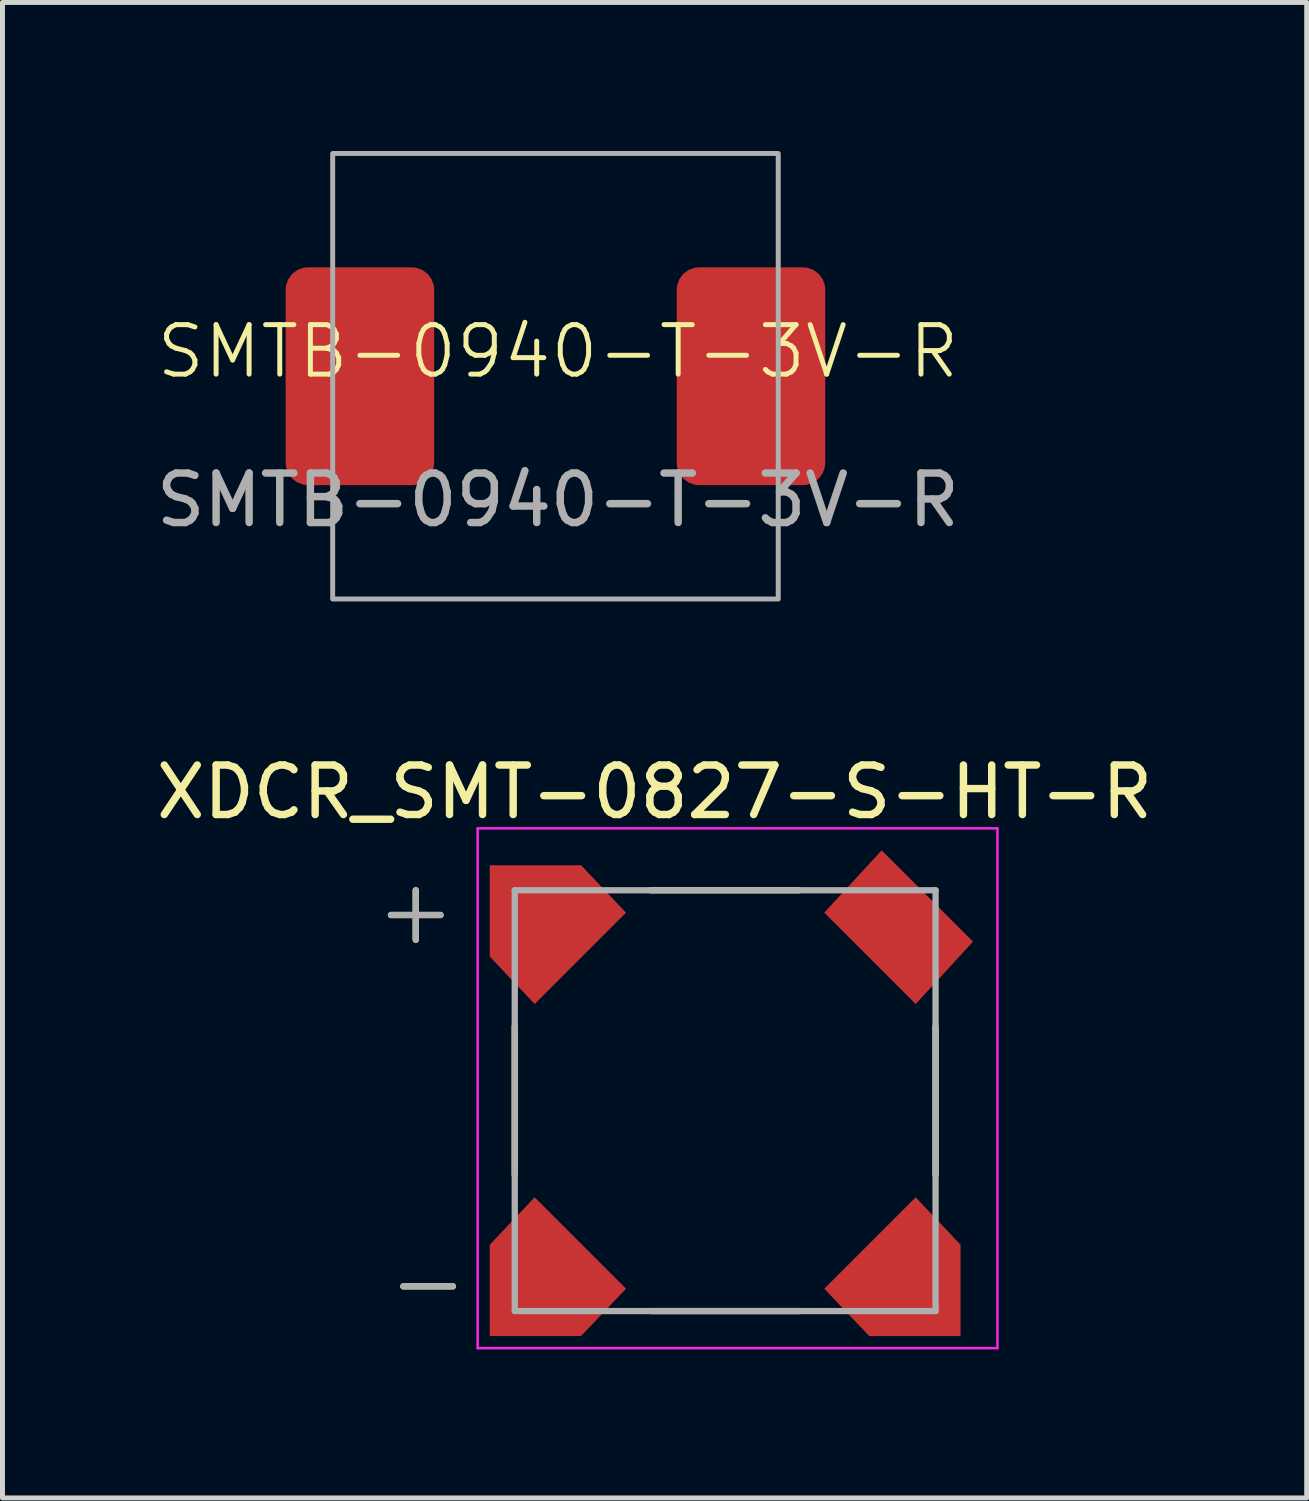
<source format=kicad_pcb>
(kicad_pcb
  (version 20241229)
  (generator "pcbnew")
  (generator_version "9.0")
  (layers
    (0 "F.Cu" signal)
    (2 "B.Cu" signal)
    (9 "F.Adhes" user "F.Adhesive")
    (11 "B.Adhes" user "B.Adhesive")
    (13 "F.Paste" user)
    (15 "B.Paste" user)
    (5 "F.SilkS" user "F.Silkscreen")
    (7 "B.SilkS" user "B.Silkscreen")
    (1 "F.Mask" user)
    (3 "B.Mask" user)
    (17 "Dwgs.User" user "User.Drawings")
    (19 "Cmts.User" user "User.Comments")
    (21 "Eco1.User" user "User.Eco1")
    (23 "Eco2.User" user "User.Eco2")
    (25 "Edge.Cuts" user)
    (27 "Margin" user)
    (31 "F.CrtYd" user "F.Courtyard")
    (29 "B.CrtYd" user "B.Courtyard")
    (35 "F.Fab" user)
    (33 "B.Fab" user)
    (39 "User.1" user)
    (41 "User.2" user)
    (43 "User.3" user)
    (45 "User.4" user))
  (footprint "SMTB-0940-T-3V-R"
    (layer "F.Cu")
    (at 8.17 4.55)
    (property "Reference" "SMTB-0940-T-3V-R" (at 0.05 -0.5 0) (unlocked yes) (layer "F.SilkS") (effects (font (size 1 1) (thickness 0.1))))
    (attr smd)
    (fp_rect (start -4.5 -4.5) (end 4.5 4.5) (stroke (width 0.1) (type solid)) (fill no) (layer "F.Fab"))
    (fp_text user "${REFERENCE}" (at 0.05 2.5 0) (unlocked yes) (layer "F.Fab") (effects (font (size 1 1) (thickness 0.15))))
    (pad "1" smd roundrect (at -3.95 0) (size 3 4.4) (layers "F.Cu" "F.Mask" "F.Paste") (roundrect_rratio 0.15))
    (pad "2" smd roundrect (at 3.95 0) (size 3 4.4) (layers "F.Cu" "F.Mask" "F.Paste") (roundrect_rratio 0.15)))
  (footprint "XDCR_SMT-0827-S-HT-R"
    (layer "F.Cu")
    (at 11.598 19.183)
    (property "Reference" "XDCR_SMT-0827-S-HT-R" (at -1.425 -6.235 0) (layer "F.SilkS") (effects (font (size 1 1) (thickness 0.15))))
    (attr smd)
    (fp_poly (pts (xy 1.759 -3.798) (xy 3.798 -1.759) (xy 5.2 -3.212) (xy 3.162 -5.25)) (stroke (width 0.01) (type solid)) (fill yes) (layer "F.Mask"))
    (fp_poly (pts (xy -3.848 -1.859) (xy -1.909 -3.798) (xy -2.812 -4.85) (xy -4.85 -4.85) (xy -4.85 -2.812)) (stroke (width 0.01) (type solid)) (fill yes) (layer "F.Mask"))
    (fp_poly (pts (xy -1.809 3.848) (xy -3.848 1.809) (xy -4.85 2.912) (xy -4.85 4.85) (xy -2.912 4.85)) (stroke (width 0.01) (type solid)) (fill yes) (layer "F.Mask"))
    (fp_poly (pts (xy 3.798 1.809) (xy 1.859 3.748) (xy 2.812 4.85) (xy 4.85 4.85) (xy 4.85 2.812)) (stroke (width 0.01) (type solid)) (fill yes) (layer "F.Mask"))
    (fp_line (start -6.25 -4.25) (end -6.25 -3.25) (stroke (width 0.127) (type solid)) (layer "F.SilkS"))
    (fp_line (start -5.75 -3.75) (end -6.75 -3.75) (stroke (width 0.127) (type solid)) (layer "F.SilkS"))
    (fp_line (start -5.5 3.75) (end -6.5 3.75) (stroke (width 0.127) (type solid)) (layer "F.SilkS"))
    (fp_line (start -4.25 -1.5) (end -4.25 1.5) (stroke (width 0.127) (type solid)) (layer "F.SilkS"))
    (fp_line (start -1.5 -4.25) (end 1.5 -4.25) (stroke (width 0.127) (type solid)) (layer "F.SilkS"))
    (fp_line (start -1.5 4.25) (end 1.5 4.25) (stroke (width 0.127) (type solid)) (layer "F.SilkS"))
    (fp_line (start 4.25 -1.5) (end 4.25 1.5) (stroke (width 0.127) (type solid)) (layer "F.SilkS"))
    (fp_poly (pts (xy 2.009 -3.798) (xy 3.848 -1.959) (xy 5 -3.212) (xy 3.162 -5.05)) (stroke (width 0.01) (type solid)) (fill yes) (layer "F.Paste"))
    (fp_poly (pts (xy -3.848 -1.959) (xy -2.009 -3.798) (xy -2.912 -4.75) (xy -4.75 -4.75) (xy -4.75 -2.912)) (stroke (width 0.01) (type solid)) (fill yes) (layer "F.Paste"))
    (fp_poly (pts (xy -2.009 3.798) (xy -3.848 1.959) (xy -4.75 2.912) (xy -4.75 4.75) (xy -2.912 4.75)) (stroke (width 0.01) (type solid)) (fill yes) (layer "F.Paste"))
    (fp_poly (pts (xy 3.848 1.959) (xy 2.009 3.798) (xy 2.912 4.75) (xy 4.75 4.75) (xy 4.75 2.912)) (stroke (width 0.01) (type solid)) (fill yes) (layer "F.Paste"))
    (fp_line (start -5 -5.5) (end -5 5) (stroke (width 0.05) (type solid)) (layer "F.CrtYd"))
    (fp_line (start -5 5) (end 5.5 5) (stroke (width 0.05) (type solid)) (layer "F.CrtYd"))
    (fp_line (start 5.5 -5.5) (end -5 -5.5) (stroke (width 0.05) (type solid)) (layer "F.CrtYd"))
    (fp_line (start 5.5 5) (end 5.5 -5.5) (stroke (width 0.05) (type solid)) (layer "F.CrtYd"))
    (fp_line (start -6.75 -3.75) (end -5.75 -3.75) (stroke (width 0.127) (type solid)) (layer "F.Fab"))
    (fp_line (start -6.25 -4.25) (end -6.25 -3.25) (stroke (width 0.127) (type solid)) (layer "F.Fab"))
    (fp_line (start -5.5 3.75) (end -6.5 3.75) (stroke (width 0.127) (type solid)) (layer "F.Fab"))
    (fp_line (start -4.25 -4.25) (end 4.25 -4.25) (stroke (width 0.127) (type solid)) (layer "F.Fab"))
    (fp_line (start -4.25 4.25) (end -4.25 -4.25) (stroke (width 0.127) (type solid)) (layer "F.Fab"))
    (fp_line (start 4.25 -4.25) (end 4.25 4.25) (stroke (width 0.127) (type solid)) (layer "F.Fab"))
    (fp_line (start 4.25 4.25) (end -4.25 4.25) (stroke (width 0.127) (type solid)) (layer "F.Fab"))
    (pad "" smd custom (at 3.45 -3.45) (size 1 1) (layers "F.Cu") (options (anchor rect)) (primitives (gr_poly (pts (xy -1.441 -0.348) (xy 0.398 1.491) (xy 1.55 0.238) (xy -0.288 -1.6)) (width 0.01) (fill yes))))
    (pad "" smd custom (at 3.6 3.6) (size 1 1) (layers "F.Cu") (options (anchor rect)) (primitives (gr_poly (pts (xy 0.248 -1.641) (xy -1.591 0.198) (xy -0.688 1.15) (xy 1.15 1.15) (xy 1.15 -0.688)) (width 0.01) (fill yes))))
    (pad "1" smd custom (at -3.6 -3.6) (size 1 1) (layers "F.Cu") (options (anchor rect)) (primitives (gr_poly (pts (xy -0.248 1.641) (xy 1.591 -0.198) (xy 0.688 -1.15) (xy -1.15 -1.15) (xy -1.15 0.688)) (width 0.01) (fill yes))))
    (pad "2" smd custom (at -3.6 3.6) (size 1 1) (layers "F.Cu") (options (anchor rect)) (primitives (gr_poly (pts (xy 1.591 0.198) (xy -0.248 -1.641) (xy -1.15 -0.688) (xy -1.15 1.15) (xy 0.688 1.15)) (width 0.01) (fill yes)))))
  (gr_rect
    (start -3 -3)
    (end 23.345 27.208)
    (stroke (width 0.1) (type default))
    (fill no)
    (layer "Edge.Cuts")))
</source>
